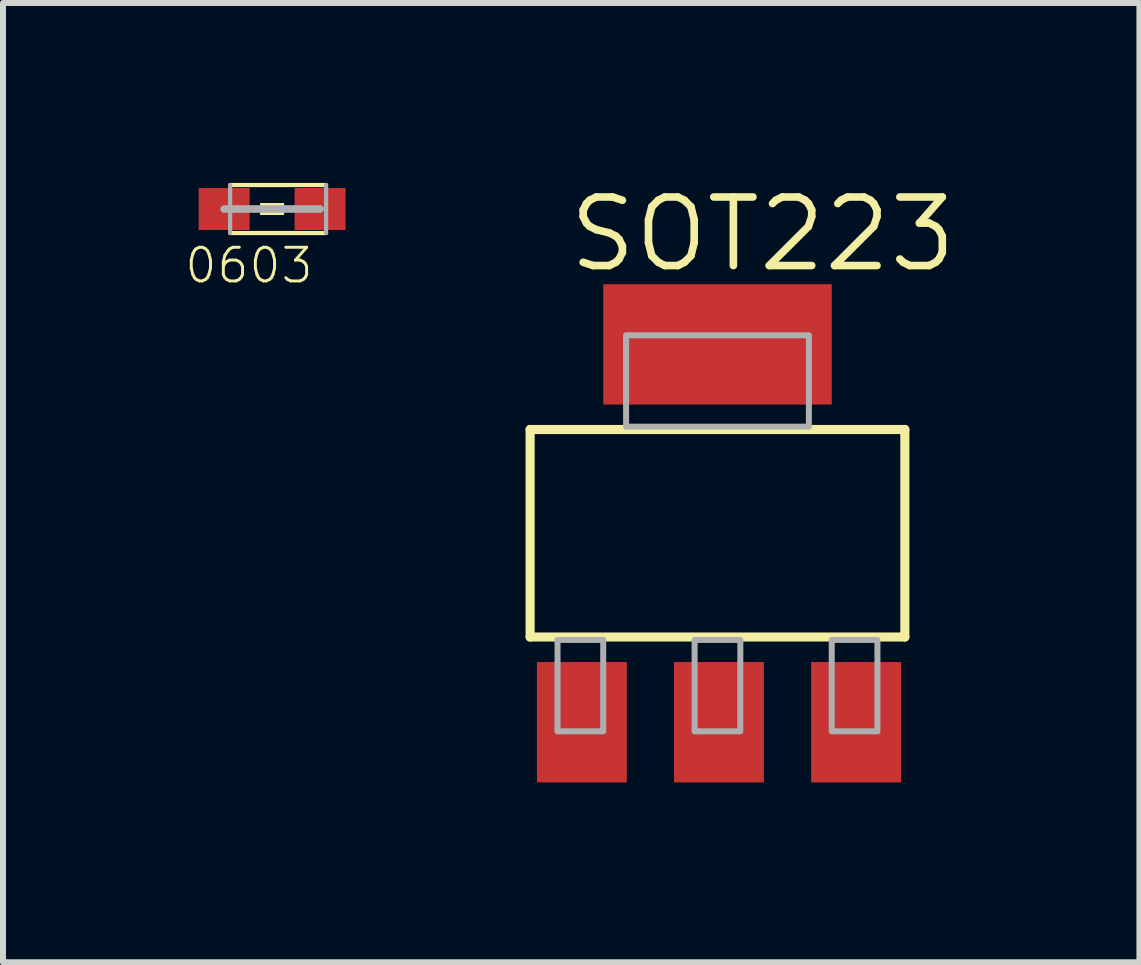
<source format=kicad_pcb>
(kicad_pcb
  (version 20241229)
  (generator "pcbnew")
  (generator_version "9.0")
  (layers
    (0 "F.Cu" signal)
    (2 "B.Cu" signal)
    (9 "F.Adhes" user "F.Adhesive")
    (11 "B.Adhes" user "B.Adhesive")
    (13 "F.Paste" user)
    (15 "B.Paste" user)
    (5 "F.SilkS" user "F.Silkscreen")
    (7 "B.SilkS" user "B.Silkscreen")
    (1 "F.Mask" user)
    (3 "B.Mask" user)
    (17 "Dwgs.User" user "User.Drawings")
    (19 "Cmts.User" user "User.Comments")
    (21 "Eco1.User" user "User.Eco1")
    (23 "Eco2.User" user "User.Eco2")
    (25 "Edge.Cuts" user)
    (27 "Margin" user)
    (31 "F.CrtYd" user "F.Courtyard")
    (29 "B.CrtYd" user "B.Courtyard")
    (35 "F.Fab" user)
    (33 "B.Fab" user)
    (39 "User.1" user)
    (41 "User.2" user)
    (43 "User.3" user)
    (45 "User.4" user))
  (footprint "SOT223"
    (layer "F.Cu")
    (at 8.913 5.842)
    (property "Reference" "SOT223" (at -2.54 -4.318 0) (layer "F.SilkS") (effects (font (size 1.143 1.143) (thickness 0.127)) (justify left bottom)))
    (fp_line (start -3.124 -1.731) (end -3.124 1.729) (stroke (width 0.152) (type solid)) (layer "F.SilkS"))
    (fp_line (start -3.124 -1.731) (end 3.124 -1.731) (stroke (width 0.152) (type solid)) (layer "F.SilkS"))
    (fp_line (start 3.124 1.729) (end -3.124 1.729) (stroke (width 0.152) (type solid)) (layer "F.SilkS"))
    (fp_line (start 3.124 1.729) (end 3.124 -1.731) (stroke (width 0.152) (type solid)) (layer "F.SilkS"))
    (fp_poly (pts (xy -2.667 3.302) (xy -1.905 3.302) (xy -1.905 1.778) (xy -2.667 1.778)) (stroke (width 0.1) (type solid)) (fill no) (layer "F.Fab"))
    (fp_poly (pts (xy -1.524 -1.778) (xy 1.524 -1.778) (xy 1.524 -3.302) (xy -1.524 -3.302)) (stroke (width 0.1) (type solid)) (fill no) (layer "F.Fab"))
    (fp_poly (pts (xy -0.381 3.302) (xy 0.381 3.302) (xy 0.381 1.778) (xy -0.381 1.778)) (stroke (width 0.1) (type solid)) (fill no) (layer "F.Fab"))
    (fp_poly (pts (xy 1.905 3.302) (xy 2.667 3.302) (xy 2.667 1.778) (xy 1.905 1.778)) (stroke (width 0.1) (type solid)) (fill no) (layer "F.Fab"))
    (pad "1" smd rect (at -2.261 3.15) (size 1.499 2.007) (layers "F.Cu" "F.Mask" "F.Paste"))
    (pad "2" smd rect (at 0.025 3.15) (size 1.499 2.007) (layers "F.Cu" "F.Mask" "F.Paste"))
    (pad "3" smd rect (at 2.311 3.15) (size 1.499 2.007) (layers "F.Cu" "F.Mask" "F.Paste"))
    (pad "4" smd rect (at 0 -3.15) (size 3.81 2.007) (layers "F.Cu" "F.Mask" "F.Paste")))
  (footprint "0603"
    (layer "F.Cu")
    (at 1.587 0.435)
    (property "Reference" "0603" (at -1.587 1.27 0) (layer "F.SilkS") (effects (font (size 0.561 0.561) (thickness 0.049)) (justify left bottom)))
    (fp_line (start -0.8 -0.4) (end 0.8 -0.4) (stroke (width 0.07) (type solid)) (layer "F.SilkS"))
    (fp_line (start 0.8 0.4) (end -0.8 0.4) (stroke (width 0.07) (type solid)) (layer "F.SilkS"))
    (fp_poly (pts (xy -0.3 0.1) (xy 0.1 0.1) (xy 0.1 -0.1) (xy -0.3 -0.1)) (stroke (width 0) (type solid)) (fill yes) (layer "F.SilkS"))
    (fp_line (start -0.9 0) (end 0.7 0) (stroke (width 0.127) (type solid)) (layer "F.Fab"))
    (fp_line (start -0.8 0.4) (end -0.8 -0.4) (stroke (width 0.07) (type solid)) (layer "F.Fab"))
    (fp_line (start 0.8 -0.4) (end 0.8 0.4) (stroke (width 0.07) (type solid)) (layer "F.Fab"))
    (pad "1" smd rect (at -0.9 0) (size 0.85 0.7) (layers "F.Cu" "F.Mask" "F.Paste"))
    (pad "2" smd rect (at 0.7 0) (size 0.85 0.7) (layers "F.Cu" "F.Mask" "F.Paste")))
  (gr_rect
    (start -3 -3)
    (end 15.948 12.995)
    (stroke (width 0.1) (type default))
    (fill no)
    (layer "Edge.Cuts")))
</source>
